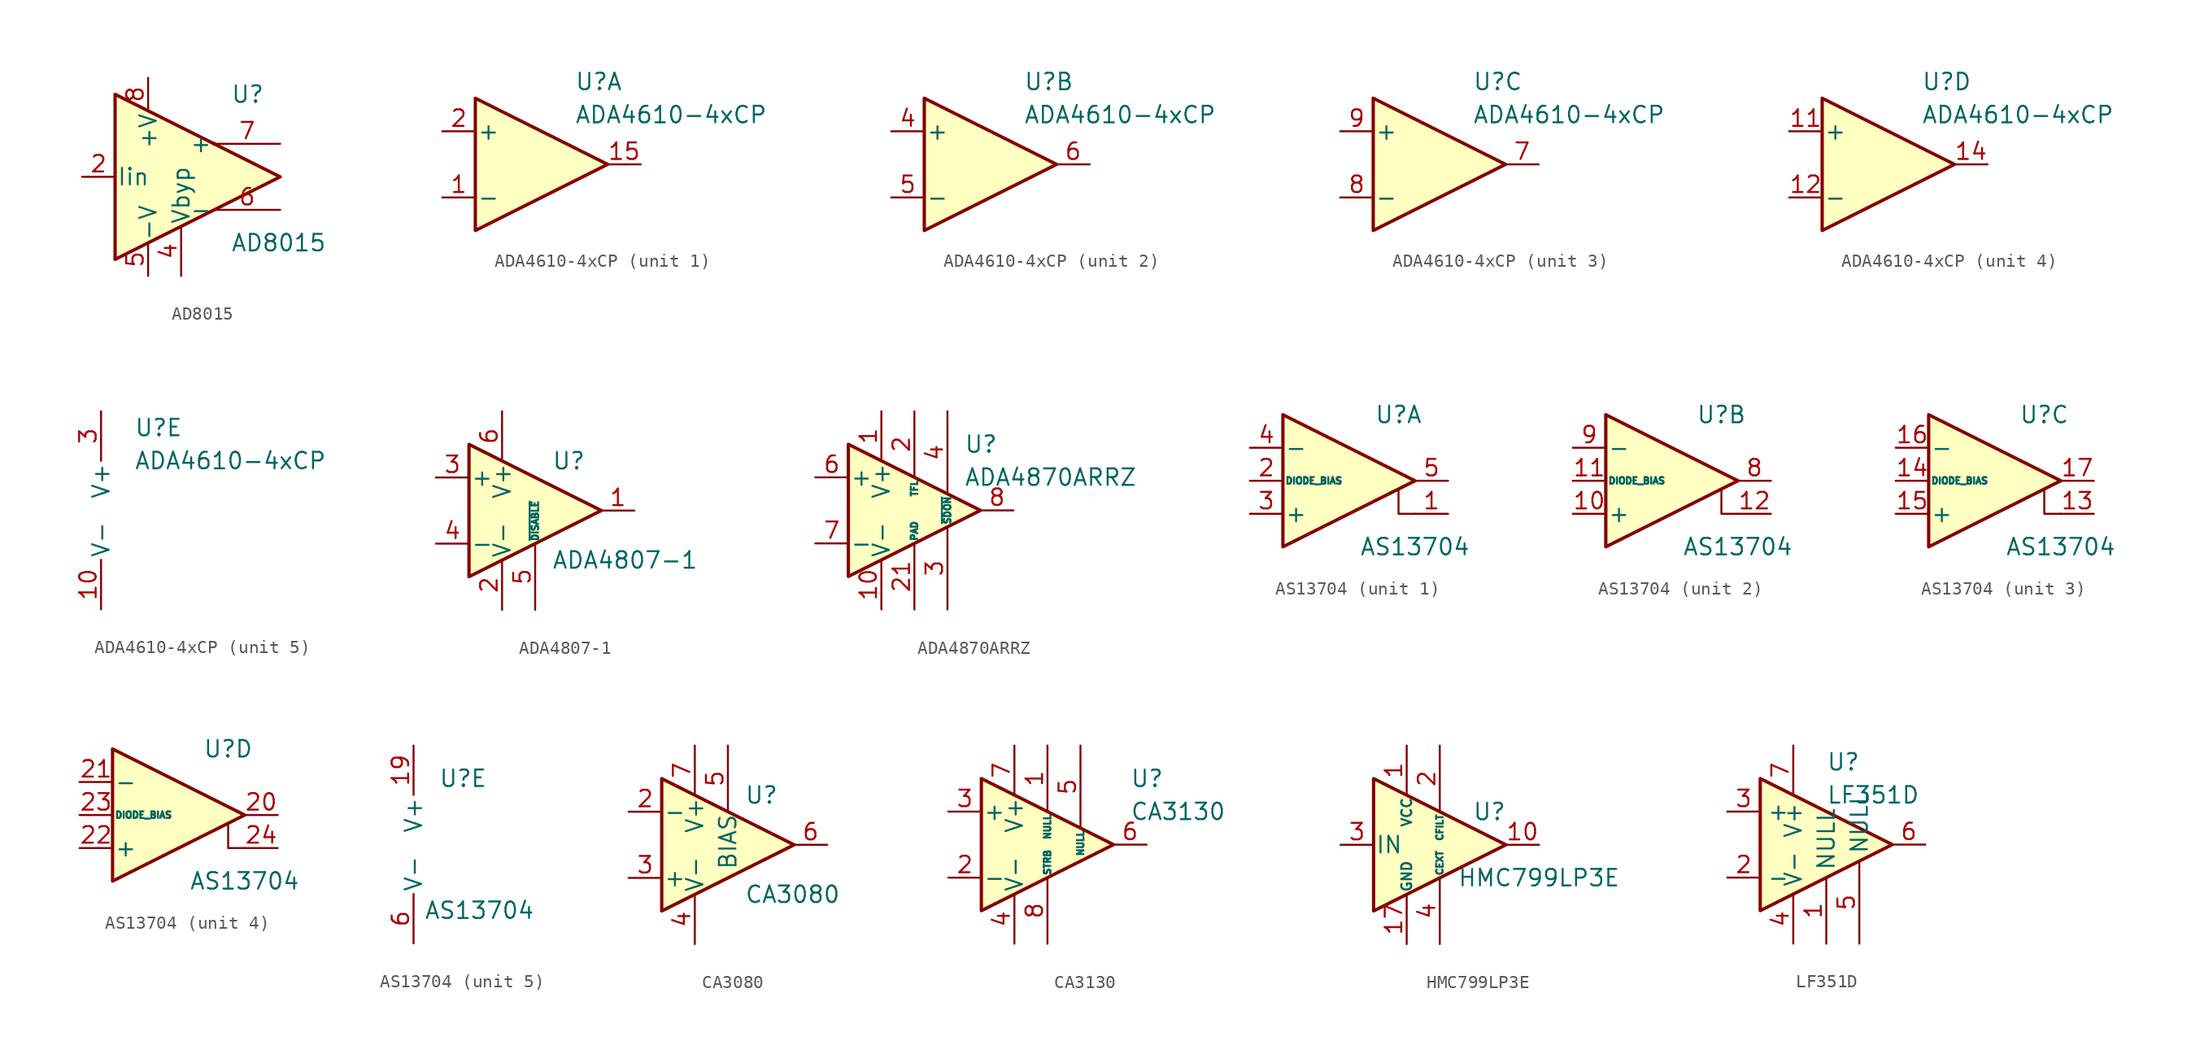
<source format=kicad_sym>
(kicad_symbol_lib
  (version 20200908)
  (generator kicad_symbol_editor)
  (symbol "Amplifier_Operational:AD8015"
    (pin_names
      (offset 0.127))
    (property "Reference" "U"
      (at 3.81 6.35 0)
      (effects (font (size 1.27 1.27)) (justify left)))
    (property "Value" "AD8015"
      (at 3.81 -5.08 0)
      (effects (font (size 1.27 1.27)) (justify left)))
    (symbol "AD8015_0_1"
      (circle (center 2.54 2.54) (radius 0) (stroke (width 0)) (fill (type none)))
      (polyline (pts (xy -5.08 6.35) (xy -5.08 -6.35) (xy 7.62 0) (xy -5.08 6.35)) (stroke (width 0.254)) (fill (type background))))
    (symbol "AD8015_1_1"
      (pin unconnected line (at -5.08 2.54 0) (length 2.54) hide (name "NC" (effects (font (size 1.27 1.27)))) (number "1" (effects (font (size 1.27 1.27)))))
      (pin input line (at -7.62 0 0) (length 2.54) (name "Iin" (effects (font (size 1.27 1.27)))) (number "2" (effects (font (size 1.27 1.27)))))
      (pin unconnected line (at -5.08 -2.54 0) (length 2.54) hide (name "NC" (effects (font (size 1.27 1.27)))) (number "3" (effects (font (size 1.27 1.27)))))
      (pin input line (at 0 -7.62 90) (length 3.81) (name "Vbyp" (effects (font (size 1.27 1.27)))) (number "4" (effects (font (size 1.27 1.27)))))
      (pin power_in line (at -2.54 -7.62 90) (length 2.54) (name "-V" (effects (font (size 1.27 1.27)))) (number "5" (effects (font (size 1.27 1.27)))))
      (pin output line (at 7.62 -2.54 180) (length 5.08) (name "-" (effects (font (size 1.27 1.27)))) (number "6" (effects (font (size 1.27 1.27)))))
      (pin output line (at 7.62 2.54 180) (length 5.08) (name "+" (effects (font (size 1.27 1.27)))) (number "7" (effects (font (size 1.27 1.27)))))
      (pin power_in line (at -2.54 7.62 270) (length 2.54) (name "+V" (effects (font (size 1.27 1.27)))) (number "8" (effects (font (size 1.27 1.27)))))))
  (symbol "Amplifier_Operational:ADA4610-4xCP"
    (pin_names
      (offset 0.127))
    (property "Reference" "U"
      (at 2.54 6.35 0)
      (effects (font (size 1.27 1.27)) (justify left)))
    (property "Value" "ADA4610-4xCP"
      (at 2.54 3.81 0)
      (effects (font (size 1.27 1.27)) (justify left)))
    (property "ki_locked" ""
      (at 0 0 0)
      (effects (font (size 1.27 1.27))))
    (symbol "ADA4610-4xCP_1_1"
      (polyline (pts (xy 5.08 0) (xy -5.08 5.08) (xy -5.08 -5.08) (xy 5.08 0)) (stroke (width 0.254)) (fill (type background)))
      (pin input line (at -7.62 -2.54 0) (length 2.54) (name "-" (effects (font (size 1.27 1.27)))) (number "1" (effects (font (size 1.27 1.27)))))
      (pin unconnected line (at 0 2.54 270) (length 2.54) hide (name "NIC" (effects (font (size 1.27 1.27)))) (number "13" (effects (font (size 1.27 1.27)))))
      (pin output line (at 7.62 0 180) (length 2.54) (name "~" (effects (font (size 1.27 1.27)))) (number "15" (effects (font (size 1.27 1.27)))))
      (pin unconnected line (at 0 -2.54 90) (length 2.54) hide (name "NIC" (effects (font (size 1.27 1.27)))) (number "16" (effects (font (size 1.27 1.27)))))
      (pin input line (at -7.62 2.54 0) (length 2.54) (name "+" (effects (font (size 1.27 1.27)))) (number "2" (effects (font (size 1.27 1.27))))))
    (symbol "ADA4610-4xCP_2_1"
      (polyline (pts (xy -5.08 5.08) (xy -5.08 -5.08) (xy 5.08 0) (xy -5.08 5.08)) (stroke (width 0.254)) (fill (type background)))
      (pin input line (at -7.62 2.54 0) (length 2.54) (name "+" (effects (font (size 1.27 1.27)))) (number "4" (effects (font (size 1.27 1.27)))))
      (pin input line (at -7.62 -2.54 0) (length 2.54) (name "-" (effects (font (size 1.27 1.27)))) (number "5" (effects (font (size 1.27 1.27)))))
      (pin output line (at 7.62 0 180) (length 2.54) (name "~" (effects (font (size 1.27 1.27)))) (number "6" (effects (font (size 1.27 1.27))))))
    (symbol "ADA4610-4xCP_3_1"
      (polyline (pts (xy 5.08 0) (xy -5.08 5.08) (xy -5.08 -5.08) (xy 5.08 0)) (stroke (width 0.254)) (fill (type background)))
      (pin output line (at 7.62 0 180) (length 2.54) (name "~" (effects (font (size 1.27 1.27)))) (number "7" (effects (font (size 1.27 1.27)))))
      (pin input line (at -7.62 -2.54 0) (length 2.54) (name "-" (effects (font (size 1.27 1.27)))) (number "8" (effects (font (size 1.27 1.27)))))
      (pin input line (at -7.62 2.54 0) (length 2.54) (name "+" (effects (font (size 1.27 1.27)))) (number "9" (effects (font (size 1.27 1.27))))))
    (symbol "ADA4610-4xCP_4_1"
      (polyline (pts (xy -5.08 5.08) (xy 5.08 0) (xy -5.08 -5.08) (xy -5.08 5.08)) (stroke (width 0.254)) (fill (type background)))
      (pin input line (at -7.62 2.54 0) (length 2.54) (name "+" (effects (font (size 1.27 1.27)))) (number "11" (effects (font (size 1.27 1.27)))))
      (pin input line (at -7.62 -2.54 0) (length 2.54) (name "-" (effects (font (size 1.27 1.27)))) (number "12" (effects (font (size 1.27 1.27)))))
      (pin output line (at 7.62 0 180) (length 2.54) (name "~" (effects (font (size 1.27 1.27)))) (number "14" (effects (font (size 1.27 1.27))))))
    (symbol "ADA4610-4xCP_5_1"
      (pin power_in line (at 0 -7.62 90) (length 3.81) (name "V-" (effects (font (size 1.27 1.27)))) (number "10" (effects (font (size 1.27 1.27)))))
      (pin passive line (at 0 -7.62 90) (length 3.81) hide (name "V-" (effects (font (size 1.27 1.27)))) (number "17" (effects (font (size 1.27 1.27)))))
      (pin power_in line (at 0 7.62 270) (length 3.81) (name "V+" (effects (font (size 1.27 1.27)))) (number "3" (effects (font (size 1.27 1.27)))))))
  (symbol "Amplifier_Operational:ADA4807-1"
    (pin_names
      (offset 0.127))
    (property "Reference" "U"
      (at 1.27 3.81 0)
      (effects (font (size 1.27 1.27)) (justify left)))
    (property "Value" "ADA4807-1"
      (at 1.27 -3.81 0)
      (effects (font (size 1.27 1.27)) (justify left)))
    (symbol "ADA4807-1_0_1"
      (polyline (pts (xy -5.08 5.08) (xy 5.08 0) (xy -5.08 -5.08) (xy -5.08 5.08)) (stroke (width 0.254)) (fill (type background))))
    (symbol "ADA4807-1_1_1"
      (pin output line (at 7.62 0 180) (length 2.54) (name "~" (effects (font (size 1.27 1.27)))) (number "1" (effects (font (size 1.27 1.27)))))
      (pin power_in line (at -2.54 -7.62 90) (length 3.81) (name "V-" (effects (font (size 1.27 1.27)))) (number "2" (effects (font (size 1.27 1.27)))))
      (pin input line (at -7.62 2.54 0) (length 2.54) (name "+" (effects (font (size 1.27 1.27)))) (number "3" (effects (font (size 1.27 1.27)))))
      (pin input line (at -7.62 -2.54 0) (length 2.54) (name "-" (effects (font (size 1.27 1.27)))) (number "4" (effects (font (size 1.27 1.27)))))
      (pin input line (at 0 -7.62 90) (length 5.08) (name "~DISABLE" (effects (font (size 0.508 0.508)))) (number "5" (effects (font (size 1.27 1.27)))))
      (pin power_in line (at -2.54 7.62 270) (length 3.81) (name "V+" (effects (font (size 1.27 1.27)))) (number "6" (effects (font (size 1.27 1.27)))))))
  (symbol "Amplifier_Operational:ADA4870ARRZ"
    (pin_names
      (offset 0.127))
    (property "Reference" "U"
      (at 3.81 5.08 0)
      (effects (font (size 1.27 1.27)) (justify left)))
    (property "Value" "ADA4870ARRZ"
      (at 3.81 2.54 0)
      (effects (font (size 1.27 1.27)) (justify left)))
    (symbol "ADA4870ARRZ_0_1"
      (polyline (pts (xy -5.08 5.08) (xy 5.08 0) (xy -5.08 -5.08) (xy -5.08 5.08)) (stroke (width 0.254)) (fill (type background))))
    (symbol "ADA4870ARRZ_1_1"
      (pin power_in line (at -2.54 7.62 270) (length 3.81) (name "V+" (effects (font (size 1.27 1.27)))) (number "1" (effects (font (size 1.27 1.27)))))
      (pin power_in line (at -2.54 -7.62 90) (length 3.81) (name "V-" (effects (font (size 1.27 1.27)))) (number "10" (effects (font (size 1.27 1.27)))))
      (pin passive line (at -2.54 -7.62 90) (length 3.81) hide (name "V-" (effects (font (size 1.27 1.27)))) (number "11" (effects (font (size 1.27 1.27)))))
      (pin passive line (at -2.54 -7.62 90) (length 3.81) hide (name "V-" (effects (font (size 1.27 1.27)))) (number "12" (effects (font (size 1.27 1.27)))))
      (pin passive line (at -2.54 -7.62 90) (length 3.81) hide (name "V-" (effects (font (size 1.27 1.27)))) (number "13" (effects (font (size 1.27 1.27)))))
      (pin passive line (at 7.62 0 180) (length 2.54) hide (name "~" (effects (font (size 1.27 1.27)))) (number "14" (effects (font (size 1.27 1.27)))))
      (pin passive line (at 7.62 0 180) (length 2.54) hide (name "~" (effects (font (size 1.27 1.27)))) (number "15" (effects (font (size 1.27 1.27)))))
      (pin passive line (at 7.62 0 180) (length 2.54) hide (name "~" (effects (font (size 1.27 1.27)))) (number "16" (effects (font (size 1.27 1.27)))))
      (pin passive line (at 7.62 0 180) (length 2.54) hide (name "~" (effects (font (size 1.27 1.27)))) (number "17" (effects (font (size 1.27 1.27)))))
      (pin passive line (at -2.54 7.62 270) (length 3.81) hide (name "V+" (effects (font (size 1.27 1.27)))) (number "18" (effects (font (size 1.27 1.27)))))
      (pin passive line (at -2.54 7.62 270) (length 3.81) hide (name "V+" (effects (font (size 1.27 1.27)))) (number "19" (effects (font (size 1.27 1.27)))))
      (pin passive line (at 0 7.62 270) (length 5.08) (name "TFL" (effects (font (size 0.508 0.508)))) (number "2" (effects (font (size 1.27 1.27)))))
      (pin passive line (at -2.54 7.62 270) (length 3.81) hide (name "V+" (effects (font (size 1.27 1.27)))) (number "20" (effects (font (size 1.27 1.27)))))
      (pin passive line (at 0 -7.62 90) (length 5.08) (name "PAD" (effects (font (size 0.508 0.508)))) (number "21" (effects (font (size 1.27 1.27)))))
      (pin input line (at 2.54 -7.62 90) (length 6.35) (name "~SD" (effects (font (size 0.508 0.508)))) (number "3" (effects (font (size 1.27 1.27)))))
      (pin input line (at 2.54 7.62 270) (length 6.35) (name "~ON" (effects (font (size 0.508 0.508)))) (number "4" (effects (font (size 1.27 1.27)))))
      (pin unconnected line (at -5.08 -5.08 90) (length 2.54) hide (name "NC" (effects (font (size 1.27 1.27)))) (number "5" (effects (font (size 1.27 1.27)))))
      (pin input line (at -7.62 2.54 0) (length 2.54) (name "+" (effects (font (size 1.27 1.27)))) (number "6" (effects (font (size 1.27 1.27)))))
      (pin input line (at -7.62 -2.54 0) (length 2.54) (name "-" (effects (font (size 1.27 1.27)))) (number "7" (effects (font (size 1.27 1.27)))))
      (pin output line (at 7.62 0 180) (length 2.54) (name "~" (effects (font (size 1.27 1.27)))) (number "8" (effects (font (size 1.27 1.27)))))
      (pin unconnected line (at -5.08 5.08 270) (length 2.54) hide (name "NC" (effects (font (size 1.27 1.27)))) (number "9" (effects (font (size 1.27 1.27)))))))
  (symbol "Amplifier_Operational:AS13704"
    (pin_names
      (offset 0.127))
    (property "Reference" "U"
      (at 3.81 5.08 0)
      (effects (font (size 1.27 1.27))))
    (property "Value" "AS13704"
      (at 5.08 -5.08 0)
      (effects (font (size 1.27 1.27))))
    (property "ki_locked" ""
      (at 0 0 0)
      (effects (font (size 1.27 1.27))))
    (symbol "AS13704_1_1"
      (polyline (pts (xy 3.81 -0.635) (xy 3.81 -2.54) (xy 5.08 -2.54)) (stroke (width 0)) (fill (type none)))
      (polyline (pts (xy 5.08 0) (xy -5.08 -5.08) (xy -5.08 5.08) (xy 5.08 0)) (stroke (width 0.254)) (fill (type background)))
      (pin input line (at 7.62 -2.54 180) (length 2.54) (name "~" (effects (font (size 1.27 1.27)))) (number "1" (effects (font (size 1.27 1.27)))))
      (pin unconnected line (at 0 -2.54 180) (length 2.54) hide (name "NC" (effects (font (size 1.27 1.27)))) (number "18" (effects (font (size 1.27 1.27)))))
      (pin input line (at -7.62 0 0) (length 2.54) (name "DIODE_BIAS" (effects (font (size 0.508 0.508)))) (number "2" (effects (font (size 1.27 1.27)))))
      (pin input line (at -7.62 -2.54 0) (length 2.54) (name "+" (effects (font (size 1.27 1.27)))) (number "3" (effects (font (size 1.27 1.27)))))
      (pin input line (at -7.62 2.54 0) (length 2.54) (name "-" (effects (font (size 1.27 1.27)))) (number "4" (effects (font (size 1.27 1.27)))))
      (pin output line (at 7.62 0 180) (length 2.54) (name "~" (effects (font (size 1.27 1.27)))) (number "5" (effects (font (size 1.27 1.27)))))
      (pin unconnected line (at 0 2.54 180) (length 2.54) hide (name "NC" (effects (font (size 1.27 1.27)))) (number "7" (effects (font (size 1.27 1.27))))))
    (symbol "AS13704_2_1"
      (polyline (pts (xy 3.81 -0.635) (xy 3.81 -2.54) (xy 5.08 -2.54)) (stroke (width 0)) (fill (type none)))
      (polyline (pts (xy 5.08 0) (xy -5.08 -5.08) (xy -5.08 5.08) (xy 5.08 0)) (stroke (width 0.254)) (fill (type background)))
      (pin input line (at -7.62 -2.54 0) (length 2.54) (name "+" (effects (font (size 1.27 1.27)))) (number "10" (effects (font (size 1.27 1.27)))))
      (pin input line (at -7.62 0 0) (length 2.54) (name "DIODE_BIAS" (effects (font (size 0.508 0.508)))) (number "11" (effects (font (size 1.27 1.27)))))
      (pin input line (at 7.62 -2.54 180) (length 2.54) (name "~" (effects (font (size 1.27 1.27)))) (number "12" (effects (font (size 1.27 1.27)))))
      (pin output line (at 7.62 0 180) (length 2.54) (name "~" (effects (font (size 1.27 1.27)))) (number "8" (effects (font (size 1.27 1.27)))))
      (pin input line (at -7.62 2.54 0) (length 2.54) (name "-" (effects (font (size 1.27 1.27)))) (number "9" (effects (font (size 1.27 1.27))))))
    (symbol "AS13704_3_1"
      (polyline (pts (xy 3.81 -0.635) (xy 3.81 -2.54) (xy 5.08 -2.54)) (stroke (width 0)) (fill (type none)))
      (polyline (pts (xy 5.08 0) (xy -5.08 -5.08) (xy -5.08 5.08) (xy 5.08 0)) (stroke (width 0.254)) (fill (type background)))
      (pin input line (at 7.62 -2.54 180) (length 2.54) (name "~" (effects (font (size 1.27 1.27)))) (number "13" (effects (font (size 1.27 1.27)))))
      (pin input line (at -7.62 0 0) (length 2.54) (name "DIODE_BIAS" (effects (font (size 0.508 0.508)))) (number "14" (effects (font (size 1.27 1.27)))))
      (pin input line (at -7.62 -2.54 0) (length 2.54) (name "+" (effects (font (size 1.27 1.27)))) (number "15" (effects (font (size 1.27 1.27)))))
      (pin input line (at -7.62 2.54 0) (length 2.54) (name "-" (effects (font (size 1.27 1.27)))) (number "16" (effects (font (size 1.27 1.27)))))
      (pin output line (at 7.62 0 180) (length 2.54) (name "~" (effects (font (size 1.27 1.27)))) (number "17" (effects (font (size 1.27 1.27))))))
    (symbol "AS13704_4_1"
      (polyline (pts (xy 3.81 -0.635) (xy 3.81 -2.54) (xy 5.08 -2.54)) (stroke (width 0)) (fill (type none)))
      (polyline (pts (xy 5.08 0) (xy -5.08 -5.08) (xy -5.08 5.08) (xy 5.08 0)) (stroke (width 0.254)) (fill (type background)))
      (pin output line (at 7.62 0 180) (length 2.54) (name "~" (effects (font (size 1.27 1.27)))) (number "20" (effects (font (size 1.27 1.27)))))
      (pin input line (at -7.62 2.54 0) (length 2.54) (name "-" (effects (font (size 1.27 1.27)))) (number "21" (effects (font (size 1.27 1.27)))))
      (pin input line (at -7.62 -2.54 0) (length 2.54) (name "+" (effects (font (size 1.27 1.27)))) (number "22" (effects (font (size 1.27 1.27)))))
      (pin input line (at -7.62 0 0) (length 2.54) (name "DIODE_BIAS" (effects (font (size 0.508 0.508)))) (number "23" (effects (font (size 1.27 1.27)))))
      (pin input line (at 7.62 -2.54 180) (length 2.54) (name "~" (effects (font (size 1.27 1.27)))) (number "24" (effects (font (size 1.27 1.27))))))
    (symbol "AS13704_5_1"
      (pin power_in line (at 0 7.62 270) (length 3.81) (name "V+" (effects (font (size 1.27 1.27)))) (number "19" (effects (font (size 1.27 1.27)))))
      (pin power_in line (at 0 -7.62 90) (length 3.81) (name "V-" (effects (font (size 1.27 1.27)))) (number "6" (effects (font (size 1.27 1.27)))))))
  (symbol "Amplifier_Operational:CA3080"
    (pin_names
      (offset 0.127))
    (property "Reference" "U"
      (at 1.27 3.81 0)
      (effects (font (size 1.27 1.27)) (justify left)))
    (property "Value" "CA3080"
      (at 1.27 -3.81 0)
      (effects (font (size 1.27 1.27)) (justify left)))
    (symbol "CA3080_0_1"
      (polyline (pts (xy 5.08 0) (xy -5.08 -5.08) (xy -5.08 5.08) (xy 5.08 0)) (stroke (width 0.254)) (fill (type background))))
    (symbol "CA3080_1_1"
      (pin unconnected line (at -2.54 2.54 270) (length 2.54) hide (name "NC" (effects (font (size 1.27 1.27)))) (number "1" (effects (font (size 1.27 1.27)))))
      (pin input line (at -7.62 2.54 0) (length 2.54) (name "-" (effects (font (size 1.27 1.27)))) (number "2" (effects (font (size 1.27 1.27)))))
      (pin input line (at -7.62 -2.54 0) (length 2.54) (name "+" (effects (font (size 1.27 1.27)))) (number "3" (effects (font (size 1.27 1.27)))))
      (pin power_in line (at -2.54 -7.62 90) (length 3.81) (name "V-" (effects (font (size 1.27 1.27)))) (number "4" (effects (font (size 1.27 1.27)))))
      (pin passive line (at 0 7.62 270) (length 5.08) (name "BIAS" (effects (font (size 1.27 1.27)))) (number "5" (effects (font (size 1.27 1.27)))))
      (pin output line (at 7.62 0 180) (length 2.54) (name "~" (effects (font (size 1.27 1.27)))) (number "6" (effects (font (size 1.27 1.27)))))
      (pin power_in line (at -2.54 7.62 270) (length 3.81) (name "V+" (effects (font (size 1.27 1.27)))) (number "7" (effects (font (size 1.27 1.27)))))
      (pin unconnected line (at 0 2.54 270) (length 2.54) hide (name "NC" (effects (font (size 1.27 1.27)))) (number "8" (effects (font (size 1.27 1.27)))))))
  (symbol "Amplifier_Operational:CA3130"
    (pin_names
      (offset 0.127))
    (property "Reference" "U"
      (at 6.35 5.08 0)
      (effects (font (size 1.27 1.27)) (justify left)))
    (property "Value" "CA3130"
      (at 6.35 2.54 0)
      (effects (font (size 1.27 1.27)) (justify left)))
    (symbol "CA3130_0_1"
      (polyline (pts (xy -5.08 5.08) (xy 5.08 0) (xy -5.08 -5.08) (xy -5.08 5.08)) (stroke (width 0.254)) (fill (type background))))
    (symbol "CA3130_1_1"
      (pin passive line (at 0 7.62 270) (length 5.08) (name "NULL" (effects (font (size 0.508 0.508)))) (number "1" (effects (font (size 1.27 1.27)))))
      (pin input line (at -7.62 -2.54 0) (length 2.54) (name "-" (effects (font (size 1.27 1.27)))) (number "2" (effects (font (size 1.27 1.27)))))
      (pin input line (at -7.62 2.54 0) (length 2.54) (name "+" (effects (font (size 1.27 1.27)))) (number "3" (effects (font (size 1.27 1.27)))))
      (pin power_in line (at -2.54 -7.62 90) (length 3.81) (name "V-" (effects (font (size 1.27 1.27)))) (number "4" (effects (font (size 1.27 1.27)))))
      (pin passive line (at 2.54 7.62 270) (length 6.35) (name "NULL" (effects (font (size 0.508 0.508)))) (number "5" (effects (font (size 1.27 1.27)))))
      (pin output line (at 7.62 0 180) (length 2.54) (name "~" (effects (font (size 1.27 1.27)))) (number "6" (effects (font (size 1.27 1.27)))))
      (pin power_in line (at -2.54 7.62 270) (length 3.81) (name "V+" (effects (font (size 1.27 1.27)))) (number "7" (effects (font (size 1.27 1.27)))))
      (pin passive line (at 0 -7.62 90) (length 5.08) (name "STRB" (effects (font (size 0.508 0.508)))) (number "8" (effects (font (size 1.27 1.27)))))))
  (symbol "Amplifier_Operational:HMC799LP3E"
    (pin_names
      (offset 0.127))
    (property "Reference" "U"
      (at 3.81 2.54 0)
      (effects (font (size 1.27 1.27))))
    (property "Value" "HMC799LP3E"
      (at 7.62 -2.54 0)
      (effects (font (size 1.27 1.27))))
    (symbol "HMC799LP3E_0_1"
      (polyline (pts (xy 5.08 0) (xy -5.08 5.08) (xy -5.08 -5.08) (xy 5.08 0)) (stroke (width 0.254)) (fill (type background))))
    (symbol "HMC799LP3E_0_0"
      (pin unconnected line (at 0 0 90) (length 2.54) hide (name "NC" (effects (font (size 1.27 1.27)))) (number "11" (effects (font (size 1.27 1.27)))))
      (pin passive line (at -2.54 7.62 270) (length 3.81) hide (name "VCC" (effects (font (size 0.762 0.762)))) (number "12" (effects (font (size 1.27 1.27)))))
      (pin unconnected line (at 2.54 0 90) (length 2.54) hide (name "NC" (effects (font (size 1.27 1.27)))) (number "13" (effects (font (size 1.27 1.27)))))
      (pin passive line (at -2.54 7.62 270) (length 3.81) hide (name "VCC" (effects (font (size 0.762 0.762)))) (number "14" (effects (font (size 1.27 1.27)))))
      (pin unconnected line (at -2.54 2.54 0) (length 2.54) hide (name "NC" (effects (font (size 1.27 1.27)))) (number "15" (effects (font (size 1.27 1.27)))))
      (pin unconnected line (at -2.54 -2.54 0) (length 2.54) hide (name "NC" (effects (font (size 1.27 1.27)))) (number "16" (effects (font (size 1.27 1.27)))))
      (pin unconnected line (at -5.08 5.08 0) (length 2.54) hide (name "NC" (effects (font (size 1.27 1.27)))) (number "5" (effects (font (size 1.27 1.27)))))
      (pin unconnected line (at -5.08 2.54 0) (length 2.54) hide (name "NC" (effects (font (size 1.27 1.27)))) (number "6" (effects (font (size 1.27 1.27)))))
      (pin unconnected line (at -5.08 -2.54 0) (length 2.54) hide (name "NC" (effects (font (size 1.27 1.27)))) (number "7" (effects (font (size 1.27 1.27)))))
      (pin unconnected line (at -5.08 -5.08 0) (length 2.54) hide (name "NC" (effects (font (size 1.27 1.27)))) (number "8" (effects (font (size 1.27 1.27)))))
      (pin unconnected line (at -2.54 0 90) (length 2.54) hide (name "NC" (effects (font (size 1.27 1.27)))) (number "9" (effects (font (size 1.27 1.27))))))
    (symbol "HMC799LP3E_1_1"
      (pin power_in line (at -2.54 7.62 270) (length 3.81) (name "VCC" (effects (font (size 0.762 0.762)))) (number "1" (effects (font (size 1.27 1.27)))))
      (pin output line (at 7.62 0 180) (length 2.54) (name "~" (effects (font (size 1.27 1.27)))) (number "10" (effects (font (size 1.27 1.27)))))
      (pin power_in line (at -2.54 -7.62 90) (length 3.81) (name "GND" (effects (font (size 0.762 0.762)))) (number "17" (effects (font (size 1.27 1.27)))))
      (pin passive line (at 0 7.62 270) (length 5.08) (name "CFILT" (effects (font (size 0.508 0.508)))) (number "2" (effects (font (size 1.27 1.27)))))
      (pin input line (at -7.62 0 0) (length 2.54) (name "IN" (effects (font (size 1.27 1.27)))) (number "3" (effects (font (size 1.27 1.27)))))
      (pin passive line (at 0 -7.62 90) (length 5.08) (name "CEXT" (effects (font (size 0.508 0.508)))) (number "4" (effects (font (size 1.27 1.27)))))))
  (symbol "Amplifier_Operational:LF351D"
    (property "Reference" "U"
      (at 0 6.35 0)
      (effects (font (size 1.27 1.27)) (justify left)))
    (property "Value" "LF351D"
      (at 0 3.81 0)
      (effects (font (size 1.27 1.27)) (justify left)))
    (symbol "LF351D_0_1"
      (polyline (pts (xy -5.08 5.08) (xy 5.08 0) (xy -5.08 -5.08) (xy -5.08 5.08)) (stroke (width 0.254)) (fill (type background))))
    (symbol "LF351D_1_1"
      (pin input line (at 0 -7.62 90) (length 5.08) (name "NULL" (effects (font (size 1.27 1.27)))) (number "1" (effects (font (size 1.27 1.27)))))
      (pin input line (at -7.62 -2.54 0) (length 2.54) (name "-" (effects (font (size 1.27 1.27)))) (number "2" (effects (font (size 1.27 1.27)))))
      (pin input line (at -7.62 2.54 0) (length 2.54) (name "+" (effects (font (size 1.27 1.27)))) (number "3" (effects (font (size 1.27 1.27)))))
      (pin power_in line (at -2.54 -7.62 90) (length 3.81) (name "V-" (effects (font (size 1.27 1.27)))) (number "4" (effects (font (size 1.27 1.27)))))
      (pin input line (at 2.54 -7.62 90) (length 6.35) (name "NULL" (effects (font (size 1.27 1.27)))) (number "5" (effects (font (size 1.27 1.27)))))
      (pin output line (at 7.62 0 180) (length 2.54) (name "~" (effects (font (size 1.27 1.27)))) (number "6" (effects (font (size 1.27 1.27)))))
      (pin power_in line (at -2.54 7.62 270) (length 3.81) (name "V+" (effects (font (size 1.27 1.27)))) (number "7" (effects (font (size 1.27 1.27)))))
      (pin unconnected line (at 0 2.54 270) (length 2.54) hide (name "NC" (effects (font (size 1.27 1.27)))) (number "8" (effects (font (size 1.27 1.27))))))))
</source>
